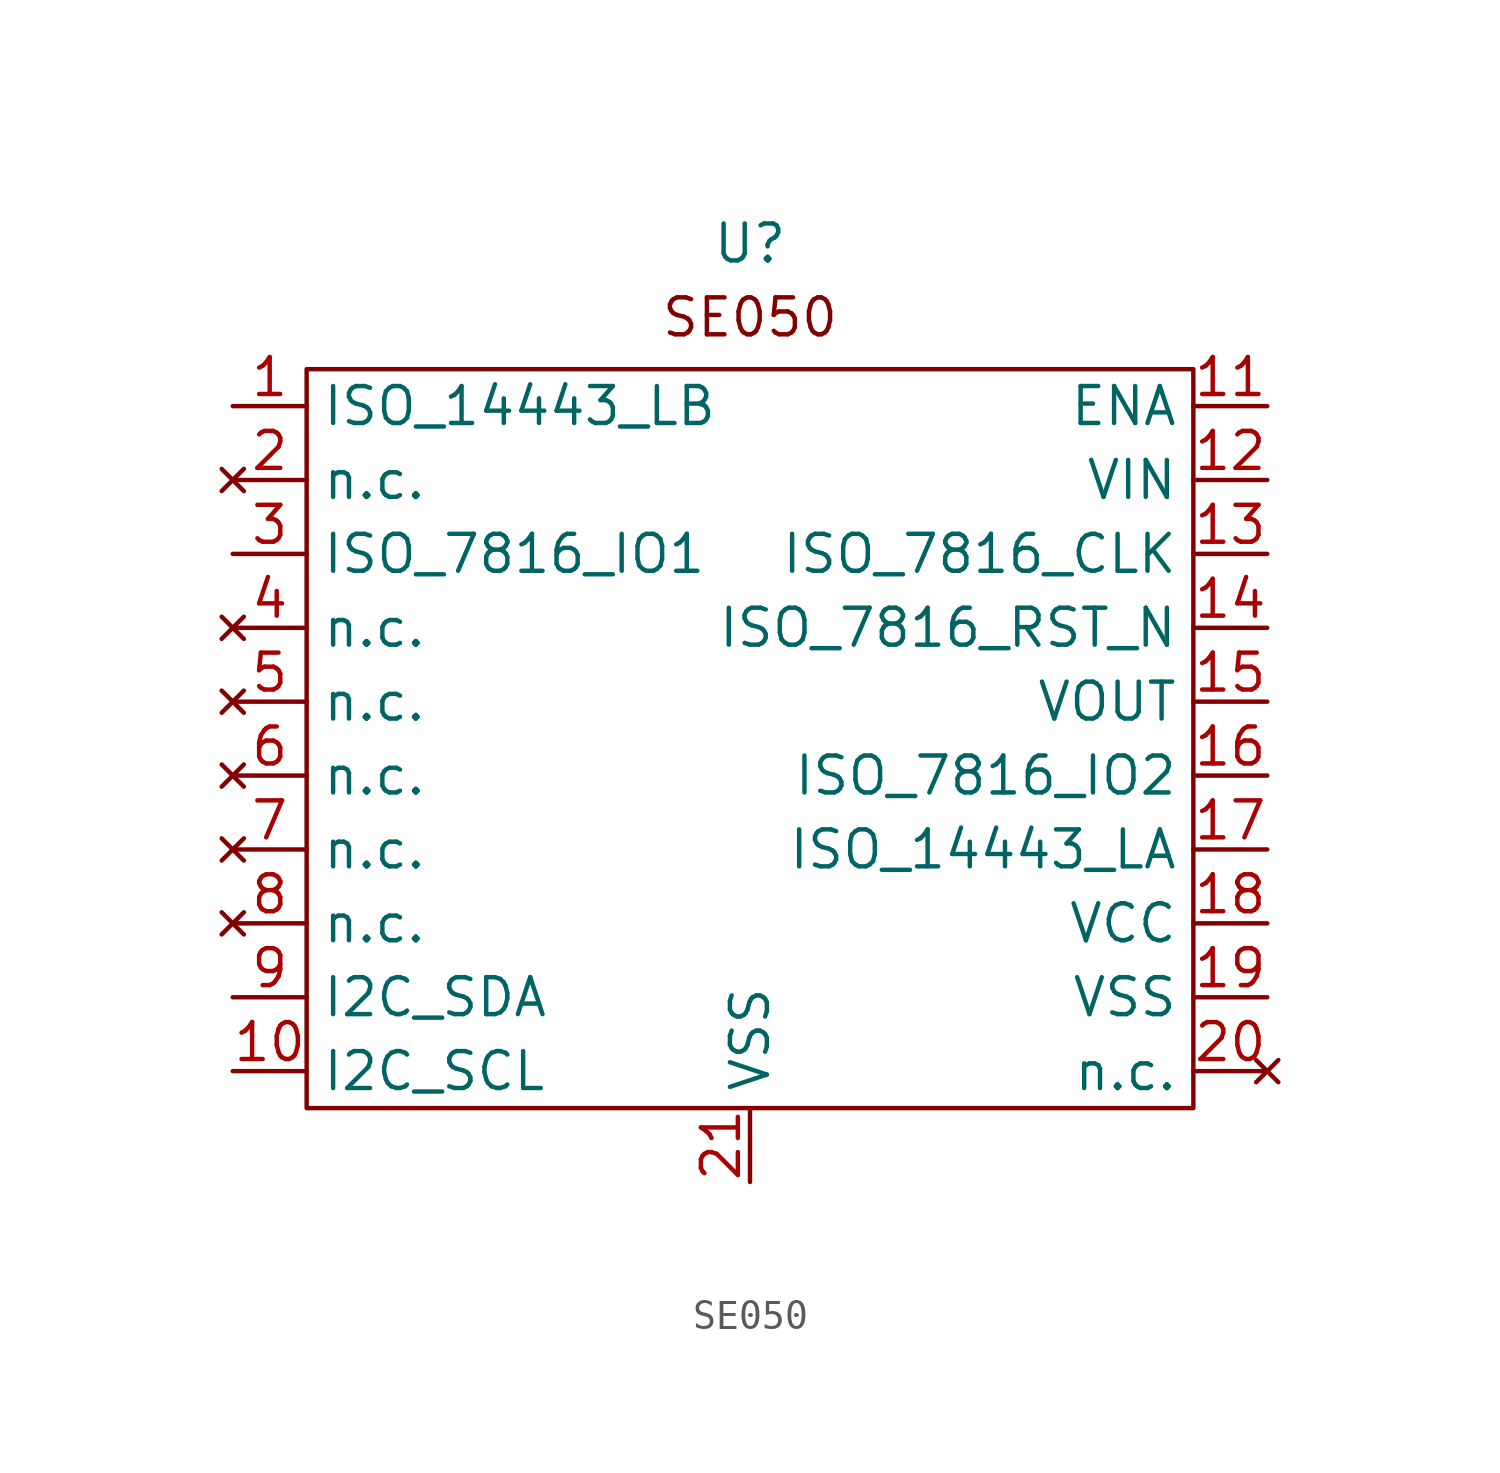
<source format=kicad_sym>
(kicad_symbol_lib
  (version 20241209)
  (generator "kicad_symbol_editor")
  (generator_version "9.0")
  (symbol "SE050"
    (property "Reference" "U"
      (at 0 5.588 0)
      (effects (font (size 1.27 1.27))))
    (symbol "SE050_0_1"
      (rectangle (start -15.24 1.27) (end 15.24 -24.13) (stroke (width 0) (type default)) (fill (type none))))
    (symbol "SE050_1_1"
      (text "SE050" (at 0 3.048 0) (effects (font (size 1.27 1.27))))
      (pin unspecified line (at -17.78 0 0) (length 2.54) (name "ISO_14443_LB" (effects (font (size 1.27 1.27)))) (number "1" (effects (font (size 1.27 1.27)))))
      (pin no_connect line (at -17.78 -2.54 0) (length 2.54) (name "n.c." (effects (font (size 1.27 1.27)))) (number "2" (effects (font (size 1.27 1.27)))))
      (pin unspecified line (at -17.78 -5.08 0) (length 2.54) (name "ISO_7816_IO1" (effects (font (size 1.27 1.27)))) (number "3" (effects (font (size 1.27 1.27)))))
      (pin no_connect line (at -17.78 -7.62 0) (length 2.54) (name "n.c." (effects (font (size 1.27 1.27)))) (number "4" (effects (font (size 1.27 1.27)))))
      (pin no_connect line (at -17.78 -10.16 0) (length 2.54) (name "n.c." (effects (font (size 1.27 1.27)))) (number "5" (effects (font (size 1.27 1.27)))))
      (pin no_connect line (at -17.78 -12.7 0) (length 2.54) (name "n.c." (effects (font (size 1.27 1.27)))) (number "6" (effects (font (size 1.27 1.27)))))
      (pin no_connect line (at -17.78 -15.24 0) (length 2.54) (name "n.c." (effects (font (size 1.27 1.27)))) (number "7" (effects (font (size 1.27 1.27)))))
      (pin no_connect line (at -17.78 -17.78 0) (length 2.54) (name "n.c." (effects (font (size 1.27 1.27)))) (number "8" (effects (font (size 1.27 1.27)))))
      (pin unspecified line (at -17.78 -20.32 0) (length 2.54) (name "I2C_SDA" (effects (font (size 1.27 1.27)))) (number "9" (effects (font (size 1.27 1.27)))))
      (pin unspecified line (at -17.78 -22.86 0) (length 2.54) (name "I2C_SCL" (effects (font (size 1.27 1.27)))) (number "10" (effects (font (size 1.27 1.27)))))
      (pin passive line (at 0 -26.67 90) (length 2.54) (name "VSS" (effects (font (size 1.27 1.27)))) (number "21" (effects (font (size 1.27 1.27)))))
      (pin unspecified line (at 17.78 0 180) (length 2.54) (name "ENA" (effects (font (size 1.27 1.27)))) (number "11" (effects (font (size 1.27 1.27)))))
      (pin unspecified line (at 17.78 -2.54 180) (length 2.54) (name "VIN" (effects (font (size 1.27 1.27)))) (number "12" (effects (font (size 1.27 1.27)))))
      (pin unspecified line (at 17.78 -5.08 180) (length 2.54) (name "ISO_7816_CLK" (effects (font (size 1.27 1.27)))) (number "13" (effects (font (size 1.27 1.27)))))
      (pin unspecified line (at 17.78 -7.62 180) (length 2.54) (name "ISO_7816_RST_N" (effects (font (size 1.27 1.27)))) (number "14" (effects (font (size 1.27 1.27)))))
      (pin unspecified line (at 17.78 -10.16 180) (length 2.54) (name "VOUT" (effects (font (size 1.27 1.27)))) (number "15" (effects (font (size 1.27 1.27)))))
      (pin unspecified line (at 17.78 -12.7 180) (length 2.54) (name "ISO_7816_IO2" (effects (font (size 1.27 1.27)))) (number "16" (effects (font (size 1.27 1.27)))))
      (pin unspecified line (at 17.78 -15.24 180) (length 2.54) (name "ISO_14443_LA" (effects (font (size 1.27 1.27)))) (number "17" (effects (font (size 1.27 1.27)))))
      (pin power_in line (at 17.78 -17.78 180) (length 2.54) (name "VCC" (effects (font (size 1.27 1.27)))) (number "18" (effects (font (size 1.27 1.27)))))
      (pin passive line (at 17.78 -20.32 180) (length 2.54) (name "VSS" (effects (font (size 1.27 1.27)))) (number "19" (effects (font (size 1.27 1.27)))))
      (pin no_connect line (at 17.78 -22.86 180) (length 2.54) (name "n.c." (effects (font (size 1.27 1.27)))) (number "20" (effects (font (size 1.27 1.27))))))))
</source>
